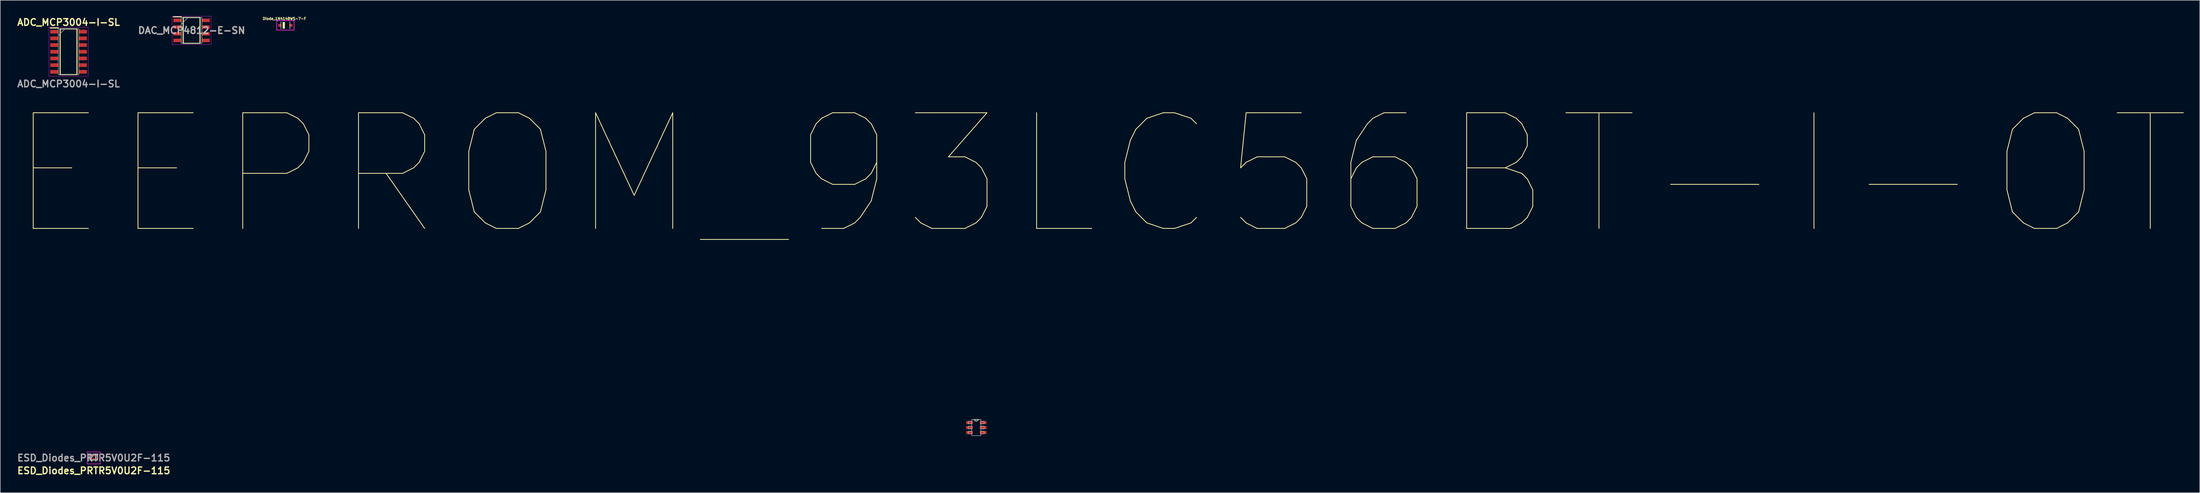
<source format=kicad_pcb>
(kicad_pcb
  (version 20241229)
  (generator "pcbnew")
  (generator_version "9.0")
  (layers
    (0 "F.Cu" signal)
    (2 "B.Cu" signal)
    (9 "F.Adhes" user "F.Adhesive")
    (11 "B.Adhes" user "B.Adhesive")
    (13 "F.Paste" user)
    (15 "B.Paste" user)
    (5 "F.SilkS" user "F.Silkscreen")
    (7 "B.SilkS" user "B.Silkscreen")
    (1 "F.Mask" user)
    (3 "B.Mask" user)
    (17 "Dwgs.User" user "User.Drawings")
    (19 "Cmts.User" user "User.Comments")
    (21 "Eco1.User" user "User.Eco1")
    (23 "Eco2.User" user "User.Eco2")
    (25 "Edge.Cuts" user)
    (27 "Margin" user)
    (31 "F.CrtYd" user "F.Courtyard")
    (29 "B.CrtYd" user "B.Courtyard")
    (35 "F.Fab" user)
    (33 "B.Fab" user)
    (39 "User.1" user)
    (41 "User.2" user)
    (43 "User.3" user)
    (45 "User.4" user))
  (footprint "DAC_MCP4812-E-SN"
    (layer "F.Cu")
    (at 33.305 2.725)
    (property "Reference" "DAC_MCP4812-E-SN" (at 0 0 0) (layer "F.SilkS") (effects (font (size 1.27 1.27) (thickness 0.254))))
    (attr smd)
    (fp_line (start -3.45 -2.58) (end -1.95 -2.58) (stroke (width 0.2) (type solid)) (layer "F.SilkS"))
    (fp_line (start -1.6 -2.45) (end 1.6 -2.45) (stroke (width 0.2) (type solid)) (layer "F.SilkS"))
    (fp_line (start -1.6 2.45) (end -1.6 -2.45) (stroke (width 0.2) (type solid)) (layer "F.SilkS"))
    (fp_line (start 1.6 -2.45) (end 1.6 2.45) (stroke (width 0.2) (type solid)) (layer "F.SilkS"))
    (fp_line (start 1.6 2.45) (end -1.6 2.45) (stroke (width 0.2) (type solid)) (layer "F.SilkS"))
    (fp_line (start -3.7 -2.7) (end 3.7 -2.7) (stroke (width 0.05) (type solid)) (layer "F.CrtYd"))
    (fp_line (start -3.7 2.7) (end -3.7 -2.7) (stroke (width 0.05) (type solid)) (layer "F.CrtYd"))
    (fp_line (start 3.7 -2.7) (end 3.7 2.7) (stroke (width 0.05) (type solid)) (layer "F.CrtYd"))
    (fp_line (start 3.7 2.7) (end -3.7 2.7) (stroke (width 0.05) (type solid)) (layer "F.CrtYd"))
    (fp_line (start -1.95 -2.45) (end 1.95 -2.45) (stroke (width 0.1) (type solid)) (layer "F.Fab"))
    (fp_line (start -1.95 -1.18) (end -0.68 -2.45) (stroke (width 0.1) (type solid)) (layer "F.Fab"))
    (fp_line (start -1.95 2.45) (end -1.95 -2.45) (stroke (width 0.1) (type solid)) (layer "F.Fab"))
    (fp_line (start 1.95 -2.45) (end 1.95 2.45) (stroke (width 0.1) (type solid)) (layer "F.Fab"))
    (fp_line (start 1.95 2.45) (end -1.95 2.45) (stroke (width 0.1) (type solid)) (layer "F.Fab"))
    (fp_text user "${REFERENCE}" (at 0 0 0) (layer "F.Fab") (effects (font (size 1.27 1.27) (thickness 0.254))))
    (pad "1" smd rect (at -2.7 -1.905 90) (size 0.65 1.5) (layers "F.Cu" "F.Mask" "F.Paste"))
    (pad "2" smd rect (at -2.7 -0.635 90) (size 0.65 1.5) (layers "F.Cu" "F.Mask" "F.Paste"))
    (pad "3" smd rect (at -2.7 0.635 90) (size 0.65 1.5) (layers "F.Cu" "F.Mask" "F.Paste"))
    (pad "4" smd rect (at -2.7 1.905 90) (size 0.65 1.5) (layers "F.Cu" "F.Mask" "F.Paste"))
    (pad "5" smd rect (at 2.7 1.905 90) (size 0.65 1.5) (layers "F.Cu" "F.Mask" "F.Paste"))
    (pad "6" smd rect (at 2.7 0.635 90) (size 0.65 1.5) (layers "F.Cu" "F.Mask" "F.Paste"))
    (pad "7" smd rect (at 2.7 -0.635 90) (size 0.65 1.5) (layers "F.Cu" "F.Mask" "F.Paste"))
    (pad "8" smd rect (at 2.7 -1.905 90) (size 0.65 1.5) (layers "F.Cu" "F.Mask" "F.Paste")))
  (footprint "ADC_MCP3004-I-SL"
    (layer "F.Cu")
    (at 9.96 6.777)
    (property "Reference" "ADC_MCP3004-I-SL" (at 0 -5.588 0) (layer "F.SilkS") (effects (font (size 1.27 1.27) (thickness 0.254))))
    (attr smd)
    (fp_line (start -3.475 -4.51) (end -1.95 -4.51) (stroke (width 0.2) (type solid)) (layer "F.SilkS"))
    (fp_line (start -1.6 -4.342) (end 1.6 -4.342) (stroke (width 0.2) (type solid)) (layer "F.SilkS"))
    (fp_line (start -1.6 4.342) (end -1.6 -4.342) (stroke (width 0.2) (type solid)) (layer "F.SilkS"))
    (fp_line (start 1.6 -4.342) (end 1.6 4.342) (stroke (width 0.2) (type solid)) (layer "F.SilkS"))
    (fp_line (start 1.6 4.342) (end -1.6 4.342) (stroke (width 0.2) (type solid)) (layer "F.SilkS"))
    (fp_line (start -3.725 -4.655) (end 3.725 -4.655) (stroke (width 0.05) (type solid)) (layer "F.CrtYd"))
    (fp_line (start -3.725 4.655) (end -3.725 -4.655) (stroke (width 0.05) (type solid)) (layer "F.CrtYd"))
    (fp_line (start 3.725 -4.655) (end 3.725 4.655) (stroke (width 0.05) (type solid)) (layer "F.CrtYd"))
    (fp_line (start 3.725 4.655) (end -3.725 4.655) (stroke (width 0.05) (type solid)) (layer "F.CrtYd"))
    (fp_line (start -1.95 -4.342) (end 1.95 -4.342) (stroke (width 0.1) (type solid)) (layer "F.Fab"))
    (fp_line (start -1.95 -3.072) (end -0.68 -4.342) (stroke (width 0.1) (type solid)) (layer "F.Fab"))
    (fp_line (start -1.95 4.342) (end -1.95 -4.342) (stroke (width 0.1) (type solid)) (layer "F.Fab"))
    (fp_line (start 1.95 -4.342) (end 1.95 4.342) (stroke (width 0.1) (type solid)) (layer "F.Fab"))
    (fp_line (start 1.95 4.342) (end -1.95 4.342) (stroke (width 0.1) (type solid)) (layer "F.Fab"))
    (fp_text user "${REFERENCE}" (at 0 6.096 0) (layer "F.Fab") (effects (font (size 1.27 1.27) (thickness 0.254))))
    (pad "1" smd rect (at -2.712 -3.81 90) (size 0.7 1.525) (layers "F.Cu" "F.Mask" "F.Paste"))
    (pad "2" smd rect (at -2.712 -2.54 90) (size 0.7 1.525) (layers "F.Cu" "F.Mask" "F.Paste"))
    (pad "3" smd rect (at -2.712 -1.27 90) (size 0.7 1.525) (layers "F.Cu" "F.Mask" "F.Paste"))
    (pad "4" smd rect (at -2.712 0 90) (size 0.7 1.525) (layers "F.Cu" "F.Mask" "F.Paste"))
    (pad "5" smd rect (at -2.712 1.27 90) (size 0.7 1.525) (layers "F.Cu" "F.Mask" "F.Paste"))
    (pad "6" smd rect (at -2.712 2.54 90) (size 0.7 1.525) (layers "F.Cu" "F.Mask" "F.Paste"))
    (pad "7" smd rect (at -2.712 3.81 90) (size 0.7 1.525) (layers "F.Cu" "F.Mask" "F.Paste"))
    (pad "8" smd rect (at 2.712 3.81 90) (size 0.7 1.525) (layers "F.Cu" "F.Mask" "F.Paste"))
    (pad "9" smd rect (at 2.712 2.54 90) (size 0.7 1.525) (layers "F.Cu" "F.Mask" "F.Paste"))
    (pad "10" smd rect (at 2.712 1.27 90) (size 0.7 1.525) (layers "F.Cu" "F.Mask" "F.Paste"))
    (pad "11" smd rect (at 2.712 0 90) (size 0.7 1.525) (layers "F.Cu" "F.Mask" "F.Paste"))
    (pad "12" smd rect (at 2.712 -1.27 90) (size 0.7 1.525) (layers "F.Cu" "F.Mask" "F.Paste"))
    (pad "13" smd rect (at 2.712 -2.54 90) (size 0.7 1.525) (layers "F.Cu" "F.Mask" "F.Paste"))
    (pad "14" smd rect (at 2.712 -3.81 90) (size 0.7 1.525) (layers "F.Cu" "F.Mask" "F.Paste")))
  (footprint "EEPROM_93LC56BT-I-OT"
    (layer "F.Cu")
    (at 182.188 78.146)
    (property "Reference" "EEPROM_93LC56BT-I-OT" (at 23.477 -47.971 0) (layer "F.SilkS") (effects (font (size 21.967 21.967) (thickness 0.15))))
    (attr through_hole)
    (fp_line (start -0.305 -1.524) (end -0.533 -1.524) (stroke (width 0.152) (type solid)) (layer "F.SilkS"))
    (fp_line (start 0.305 -1.524) (end -0.305 -1.524) (stroke (width 0.152) (type solid)) (layer "F.SilkS"))
    (fp_line (start 0.533 -1.524) (end 0.305 -1.524) (stroke (width 0.152) (type solid)) (layer "F.SilkS"))
    (fp_arc (start 0.3048 -1.524) (mid 0 -1.2192) (end -0.3048 -1.524) (stroke (width 0.1524) (type solid)) (layer "F.SilkS"))
    (fp_line (start -1.499 -1.194) (end -1.499 -0.711) (stroke (width 0.1) (type solid)) (layer "F.Fab"))
    (fp_line (start -1.499 -0.711) (end -0.864 -0.711) (stroke (width 0.1) (type solid)) (layer "F.Fab"))
    (fp_line (start -1.499 -0.254) (end -1.499 0.254) (stroke (width 0.1) (type solid)) (layer "F.Fab"))
    (fp_line (start -1.499 0.254) (end -0.864 0.254) (stroke (width 0.1) (type solid)) (layer "F.Fab"))
    (fp_line (start -1.499 0.711) (end -1.499 1.194) (stroke (width 0.1) (type solid)) (layer "F.Fab"))
    (fp_line (start -1.499 1.194) (end -0.864 1.194) (stroke (width 0.1) (type solid)) (layer "F.Fab"))
    (fp_line (start -0.864 -1.524) (end -0.864 -1.194) (stroke (width 0.1) (type solid)) (layer "F.Fab"))
    (fp_line (start -0.864 -1.194) (end -1.499 -1.194) (stroke (width 0.1) (type solid)) (layer "F.Fab"))
    (fp_line (start -0.864 -1.194) (end -0.864 -0.711) (stroke (width 0.1) (type solid)) (layer "F.Fab"))
    (fp_line (start -0.864 -0.711) (end -0.864 -0.254) (stroke (width 0.1) (type solid)) (layer "F.Fab"))
    (fp_line (start -0.864 -0.254) (end -1.499 -0.254) (stroke (width 0.1) (type solid)) (layer "F.Fab"))
    (fp_line (start -0.864 -0.254) (end -0.864 0.254) (stroke (width 0.1) (type solid)) (layer "F.Fab"))
    (fp_line (start -0.864 0.254) (end -0.864 0.711) (stroke (width 0.1) (type solid)) (layer "F.Fab"))
    (fp_line (start -0.864 0.711) (end -1.499 0.711) (stroke (width 0.1) (type solid)) (layer "F.Fab"))
    (fp_line (start -0.864 1.194) (end -0.864 0.711) (stroke (width 0.1) (type solid)) (layer "F.Fab"))
    (fp_line (start -0.864 1.524) (end -0.864 1.194) (stroke (width 0.1) (type solid)) (layer "F.Fab"))
    (fp_line (start -0.864 1.524) (end 0.864 1.524) (stroke (width 0.1) (type solid)) (layer "F.Fab"))
    (fp_line (start -0.305 -1.524) (end -0.864 -1.524) (stroke (width 0.1) (type solid)) (layer "F.Fab"))
    (fp_line (start 0.305 -1.524) (end -0.305 -1.524) (stroke (width 0.1) (type solid)) (layer "F.Fab"))
    (fp_line (start 0.864 -1.524) (end 0.305 -1.524) (stroke (width 0.1) (type solid)) (layer "F.Fab"))
    (fp_line (start 0.864 -1.524) (end 0.864 -1.194) (stroke (width 0.1) (type solid)) (layer "F.Fab"))
    (fp_line (start 0.864 -1.194) (end 0.864 -0.711) (stroke (width 0.1) (type solid)) (layer "F.Fab"))
    (fp_line (start 0.864 -0.711) (end 1.499 -0.711) (stroke (width 0.1) (type solid)) (layer "F.Fab"))
    (fp_line (start 0.864 -0.254) (end 0.864 -0.711) (stroke (width 0.1) (type solid)) (layer "F.Fab"))
    (fp_line (start 0.864 0.254) (end 0.864 -0.254) (stroke (width 0.1) (type solid)) (layer "F.Fab"))
    (fp_line (start 0.864 0.254) (end 1.499 0.254) (stroke (width 0.1) (type solid)) (layer "F.Fab"))
    (fp_line (start 0.864 0.711) (end 0.864 0.254) (stroke (width 0.1) (type solid)) (layer "F.Fab"))
    (fp_line (start 0.864 1.194) (end 0.864 0.711) (stroke (width 0.1) (type solid)) (layer "F.Fab"))
    (fp_line (start 0.864 1.194) (end 1.499 1.194) (stroke (width 0.1) (type solid)) (layer "F.Fab"))
    (fp_line (start 0.864 1.524) (end 0.864 1.194) (stroke (width 0.1) (type solid)) (layer "F.Fab"))
    (fp_line (start 1.499 -1.194) (end 0.864 -1.194) (stroke (width 0.1) (type solid)) (layer "F.Fab"))
    (fp_line (start 1.499 -0.711) (end 1.499 -1.194) (stroke (width 0.1) (type solid)) (layer "F.Fab"))
    (fp_line (start 1.499 -0.254) (end 0.864 -0.254) (stroke (width 0.1) (type solid)) (layer "F.Fab"))
    (fp_line (start 1.499 0.254) (end 1.499 -0.254) (stroke (width 0.1) (type solid)) (layer "F.Fab"))
    (fp_line (start 1.499 0.711) (end 0.864 0.711) (stroke (width 0.1) (type solid)) (layer "F.Fab"))
    (fp_line (start 1.499 1.194) (end 1.499 0.711) (stroke (width 0.1) (type solid)) (layer "F.Fab"))
    (fp_arc (start 0.3048 -1.524) (mid 0 -1.2192) (end -0.3048 -1.524) (stroke (width 0.1) (type solid)) (layer "F.Fab"))
    (pad "1" smd rect (at -1.295 -0.94) (size 1.27 0.559) (layers "F.Cu" "F.Mask" "F.Paste"))
    (pad "2" smd rect (at -1.295 0) (size 1.27 0.559) (layers "F.Cu" "F.Mask" "F.Paste"))
    (pad "3" smd rect (at -1.295 0.94) (size 1.27 0.559) (layers "F.Cu" "F.Mask" "F.Paste"))
    (pad "4" smd rect (at 1.295 0.94) (size 1.27 0.559) (layers "F.Cu" "F.Mask" "F.Paste"))
    (pad "5" smd rect (at 1.295 0) (size 1.27 0.559) (layers "F.Cu" "F.Mask" "F.Paste"))
    (pad "6" smd rect (at 1.295 -0.94) (size 1.27 0.559) (layers "F.Cu" "F.Mask" "F.Paste")))
  (footprint "Diode_1N4148WS-7-F"
    (layer "F.Cu")
    (at 51.103 1.768)
    (property "Reference" "Diode_1N4148WS-7-F" (at -0.176 -1.276 0) (layer "F.SilkS") (effects (font (size 0.48 0.48) (thickness 0.15))))
    (attr through_hole)
    (fp_poly (pts (xy -0.525 -0.625) (xy -0.1 -0.625) (xy -0.1 0.625) (xy -0.525 0.625)) (stroke (width 0.01) (type solid)) (fill yes) (layer "F.SilkS"))
    (fp_line (start -1.65 -0.9) (end -1.65 0.9) (stroke (width 0.127) (type solid)) (layer "F.CrtYd"))
    (fp_line (start -1.65 0.9) (end 1.65 0.9) (stroke (width 0.127) (type solid)) (layer "F.CrtYd"))
    (fp_line (start 1.65 -0.9) (end -1.65 -0.9) (stroke (width 0.127) (type solid)) (layer "F.CrtYd"))
    (fp_line (start 1.65 0.9) (end 1.65 -0.9) (stroke (width 0.127) (type solid)) (layer "F.CrtYd"))
    (fp_line (start -0.85 0.65) (end -0.85 -0.65) (stroke (width 0.127) (type solid)) (layer "F.Fab"))
    (fp_line (start 0.85 -0.65) (end 0.85 0.65) (stroke (width 0.127) (type solid)) (layer "F.Fab"))
    (pad "A" smd rect (at 1.05 0) (size 0.6 0.5) (layers "F.Cu" "F.Mask" "F.Paste"))
    (pad "C" smd rect (at -1.05 0) (size 0.6 0.5) (layers "F.Cu" "F.Mask" "F.Paste")))
  (footprint "ESD_Diodes_PRTR5V0U2F-115"
    (layer "F.Cu")
    (at 14.738 83.795)
    (property "Reference" "ESD_Diodes_PRTR5V0U2F-115" (at 0 2.54 0) (layer "F.SilkS") (effects (font (size 1.27 1.27) (thickness 0.254))))
    (attr smd)
    (fp_line (start -0.725 0) (end -0.725 -0.05) (stroke (width 0.1) (type solid)) (layer "F.SilkS"))
    (fp_line (start -0.725 0.05) (end -0.725 0) (stroke (width 0.1) (type solid)) (layer "F.SilkS"))
    (fp_line (start -0.5 0.7) (end -0.5 0.7) (stroke (width 0.05) (type solid)) (layer "F.SilkS"))
    (fp_line (start -0.5 0.75) (end -0.5 0.75) (stroke (width 0.05) (type solid)) (layer "F.SilkS"))
    (fp_line (start 0.725 0) (end 0.725 -0.05) (stroke (width 0.1) (type solid)) (layer "F.SilkS"))
    (fp_line (start 0.725 0.05) (end 0.725 0) (stroke (width 0.1) (type solid)) (layer "F.SilkS"))
    (fp_arc (start -0.5 0.7) (mid -0.475 0.725) (end -0.5 0.75) (stroke (width 0.05) (type solid)) (layer "F.SilkS"))
    (fp_arc (start -0.5 0.75) (mid -0.525 0.725) (end -0.5 0.7) (stroke (width 0.05) (type solid)) (layer "F.SilkS"))
    (fp_line (start -1.225 -1.022) (end 1.225 -1.022) (stroke (width 0.1) (type solid)) (layer "F.CrtYd"))
    (fp_line (start -1.225 1.25) (end -1.225 -1.022) (stroke (width 0.1) (type solid)) (layer "F.CrtYd"))
    (fp_line (start 1.225 -1.022) (end 1.225 1.25) (stroke (width 0.1) (type solid)) (layer "F.CrtYd"))
    (fp_line (start 1.225 1.25) (end -1.225 1.25) (stroke (width 0.1) (type solid)) (layer "F.CrtYd"))
    (fp_line (start -0.725 -0.5) (end 0.725 -0.5) (stroke (width 0.2) (type solid)) (layer "F.Fab"))
    (fp_line (start -0.725 0.5) (end -0.725 -0.5) (stroke (width 0.2) (type solid)) (layer "F.Fab"))
    (fp_line (start 0.725 -0.5) (end 0.725 0.5) (stroke (width 0.2) (type solid)) (layer "F.Fab"))
    (fp_line (start 0.725 0.5) (end -0.725 0.5) (stroke (width 0.2) (type solid)) (layer "F.Fab"))
    (fp_text user "${REFERENCE}" (at 0 0.114 0) (layer "F.Fab") (effects (font (size 1.27 1.27) (thickness 0.254))))
    (pad "1" smd rect (at -0.5 0.337 90) (size 0.37 0.425) (layers "F.Cu" "F.Mask" "F.Paste"))
    (pad "2" smd rect (at 0 0.337 90) (size 0.37 0.425) (layers "F.Cu" "F.Mask" "F.Paste"))
    (pad "3" smd rect (at 0.5 0.337 90) (size 0.37 0.425) (layers "F.Cu" "F.Mask" "F.Paste"))
    (pad "4" smd rect (at 0.5 -0.337 90) (size 0.37 0.425) (layers "F.Cu" "F.Mask" "F.Paste"))
    (pad "5" smd rect (at 0 -0.337 90) (size 0.37 0.425) (layers "F.Cu" "F.Mask" "F.Paste"))
    (pad "6" smd rect (at -0.5 -0.337 90) (size 0.37 0.425) (layers "F.Cu" "F.Mask" "F.Paste")))
  (gr_rect
    (start -3 -3)
    (end 414.329 90.524)
    (stroke (width 0.1) (type default))
    (fill no)
    (layer "Edge.Cuts")))
</source>
